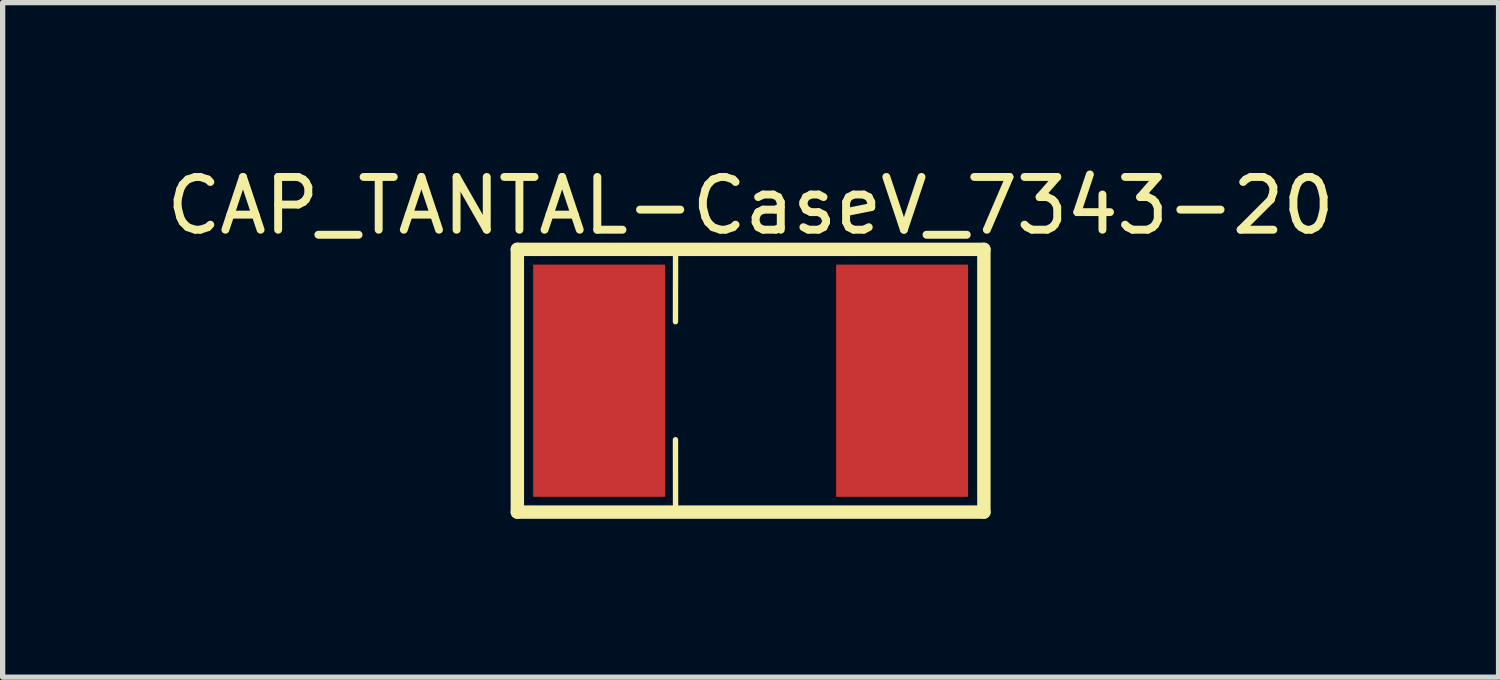
<source format=kicad_pcb>
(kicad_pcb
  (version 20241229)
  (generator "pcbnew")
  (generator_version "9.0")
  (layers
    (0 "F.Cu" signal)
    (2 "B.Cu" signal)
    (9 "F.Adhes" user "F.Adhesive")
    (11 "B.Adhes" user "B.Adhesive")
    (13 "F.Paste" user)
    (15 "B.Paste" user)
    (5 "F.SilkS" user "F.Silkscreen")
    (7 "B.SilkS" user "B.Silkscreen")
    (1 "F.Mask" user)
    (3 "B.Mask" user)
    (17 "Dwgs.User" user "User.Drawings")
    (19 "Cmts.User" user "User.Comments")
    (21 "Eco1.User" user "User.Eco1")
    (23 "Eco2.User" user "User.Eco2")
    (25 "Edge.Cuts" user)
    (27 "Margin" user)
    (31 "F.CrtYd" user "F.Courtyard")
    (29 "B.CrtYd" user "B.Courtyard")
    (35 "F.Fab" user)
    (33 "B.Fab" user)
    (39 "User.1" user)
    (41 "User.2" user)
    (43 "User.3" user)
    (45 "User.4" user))
  (footprint "CAP_TANTAL-CaseV_7343-20"
    (layer "F.Cu")
    (at 11.173 4.164)
    (property "Reference" "CAP_TANTAL-CaseV_7343-20" (at 0 -3.316 0) (layer "F.SilkS") (effects (font (size 1 1) (thickness 0.15))))
    (fp_line (start -4.42 -2.489) (end 4.42 -2.489) (stroke (width 0.254) (type solid)) (layer "F.SilkS"))
    (fp_line (start -4.42 2.489) (end -4.42 -2.489) (stroke (width 0.254) (type solid)) (layer "F.SilkS"))
    (fp_line (start -4.42 2.489) (end 4.42 2.489) (stroke (width 0.254) (type solid)) (layer "F.SilkS"))
    (fp_line (start -1.424 -1.118) (end -1.422 -2.489) (stroke (width 0.102) (type solid)) (layer "F.SilkS"))
    (fp_line (start -1.424 1.118) (end -1.422 2.489) (stroke (width 0.102) (type solid)) (layer "F.SilkS"))
    (fp_line (start 4.42 2.489) (end 4.42 -2.489) (stroke (width 0.254) (type solid)) (layer "F.SilkS"))
    (pad "N" smd rect (at 2.87 0) (size 2.5 4.4) (layers "F.Cu" "F.Mask" "F.Paste"))
    (pad "P" smd rect (at -2.87 0) (size 2.5 4.4) (layers "F.Cu" "F.Mask" "F.Paste")))
  (gr_rect
    (start -3 -3)
    (end 25.345 9.781)
    (stroke (width 0.1) (type default))
    (fill no)
    (layer "Edge.Cuts")))
</source>
